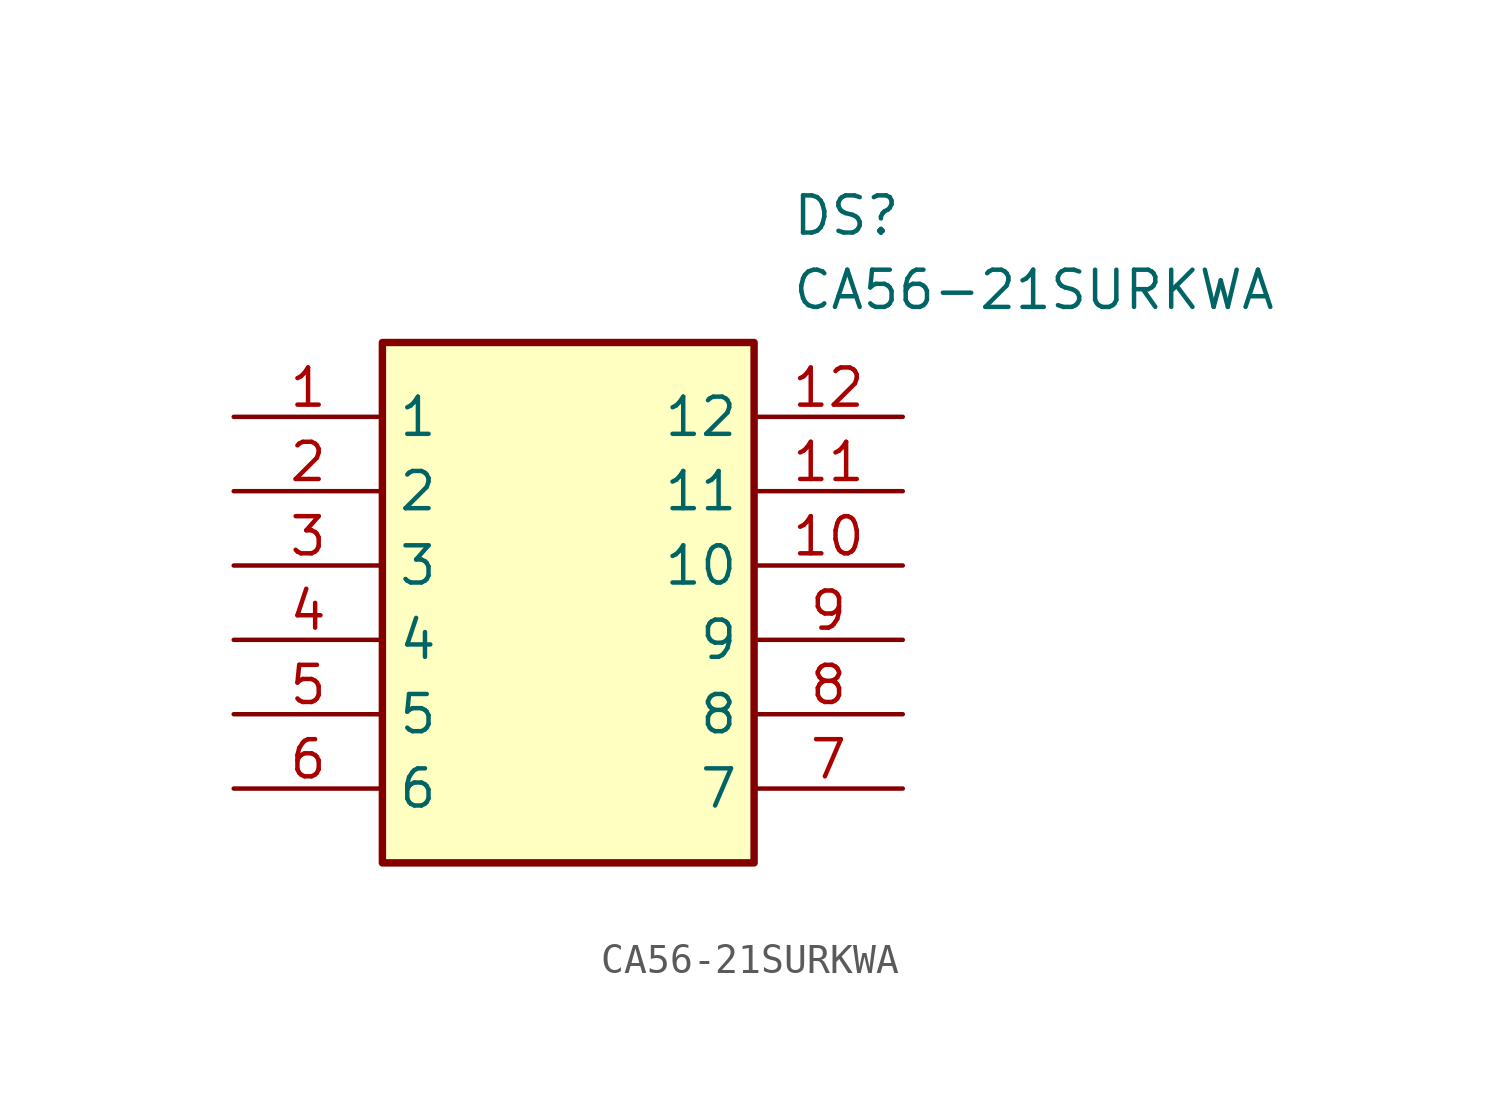
<source format=kicad_sym>
(kicad_symbol_lib
  (version 20211014)
  (generator SamacSys_ECAD_Model)
  (symbol "CA56-21SURKWA"
    (property "Reference" "DS"
      (at 19.05 7.62 0)
      (effects (font (size 1.27 1.27)) (justify left top)))
    (property "Value" "CA56-21SURKWA"
      (at 19.05 5.08 0)
      (effects (font (size 1.27 1.27)) (justify left top)))
    (rectangle
      (start 5.08 2.54)
      (end 17.78 -15.24)
      (stroke (width 0.254) (type default))
      (fill (type background)))
    (pin passive line
      (at 0 0 0)
      (length 5.08)
      (name "1" (effects (font (size 1.27 1.27))))
      (number "1" (effects (font (size 1.27 1.27)))))
    (pin passive line
      (at 0 -2.54 0)
      (length 5.08)
      (name "2" (effects (font (size 1.27 1.27))))
      (number "2" (effects (font (size 1.27 1.27)))))
    (pin passive line
      (at 0 -5.08 0)
      (length 5.08)
      (name "3" (effects (font (size 1.27 1.27))))
      (number "3" (effects (font (size 1.27 1.27)))))
    (pin passive line
      (at 0 -7.62 0)
      (length 5.08)
      (name "4" (effects (font (size 1.27 1.27))))
      (number "4" (effects (font (size 1.27 1.27)))))
    (pin passive line
      (at 0 -10.16 0)
      (length 5.08)
      (name "5" (effects (font (size 1.27 1.27))))
      (number "5" (effects (font (size 1.27 1.27)))))
    (pin passive line
      (at 0 -12.7 0)
      (length 5.08)
      (name "6" (effects (font (size 1.27 1.27))))
      (number "6" (effects (font (size 1.27 1.27)))))
    (pin passive line
      (at 22.86 0 180)
      (length 5.08)
      (name "12" (effects (font (size 1.27 1.27))))
      (number "12" (effects (font (size 1.27 1.27)))))
    (pin passive line
      (at 22.86 -2.54 180)
      (length 5.08)
      (name "11" (effects (font (size 1.27 1.27))))
      (number "11" (effects (font (size 1.27 1.27)))))
    (pin passive line
      (at 22.86 -5.08 180)
      (length 5.08)
      (name "10" (effects (font (size 1.27 1.27))))
      (number "10" (effects (font (size 1.27 1.27)))))
    (pin passive line
      (at 22.86 -7.62 180)
      (length 5.08)
      (name "9" (effects (font (size 1.27 1.27))))
      (number "9" (effects (font (size 1.27 1.27)))))
    (pin passive line
      (at 22.86 -10.16 180)
      (length 5.08)
      (name "8" (effects (font (size 1.27 1.27))))
      (number "8" (effects (font (size 1.27 1.27)))))
    (pin passive line
      (at 22.86 -12.7 180)
      (length 5.08)
      (name "7" (effects (font (size 1.27 1.27))))
      (number "7" (effects (font (size 1.27 1.27)))))))
</source>
